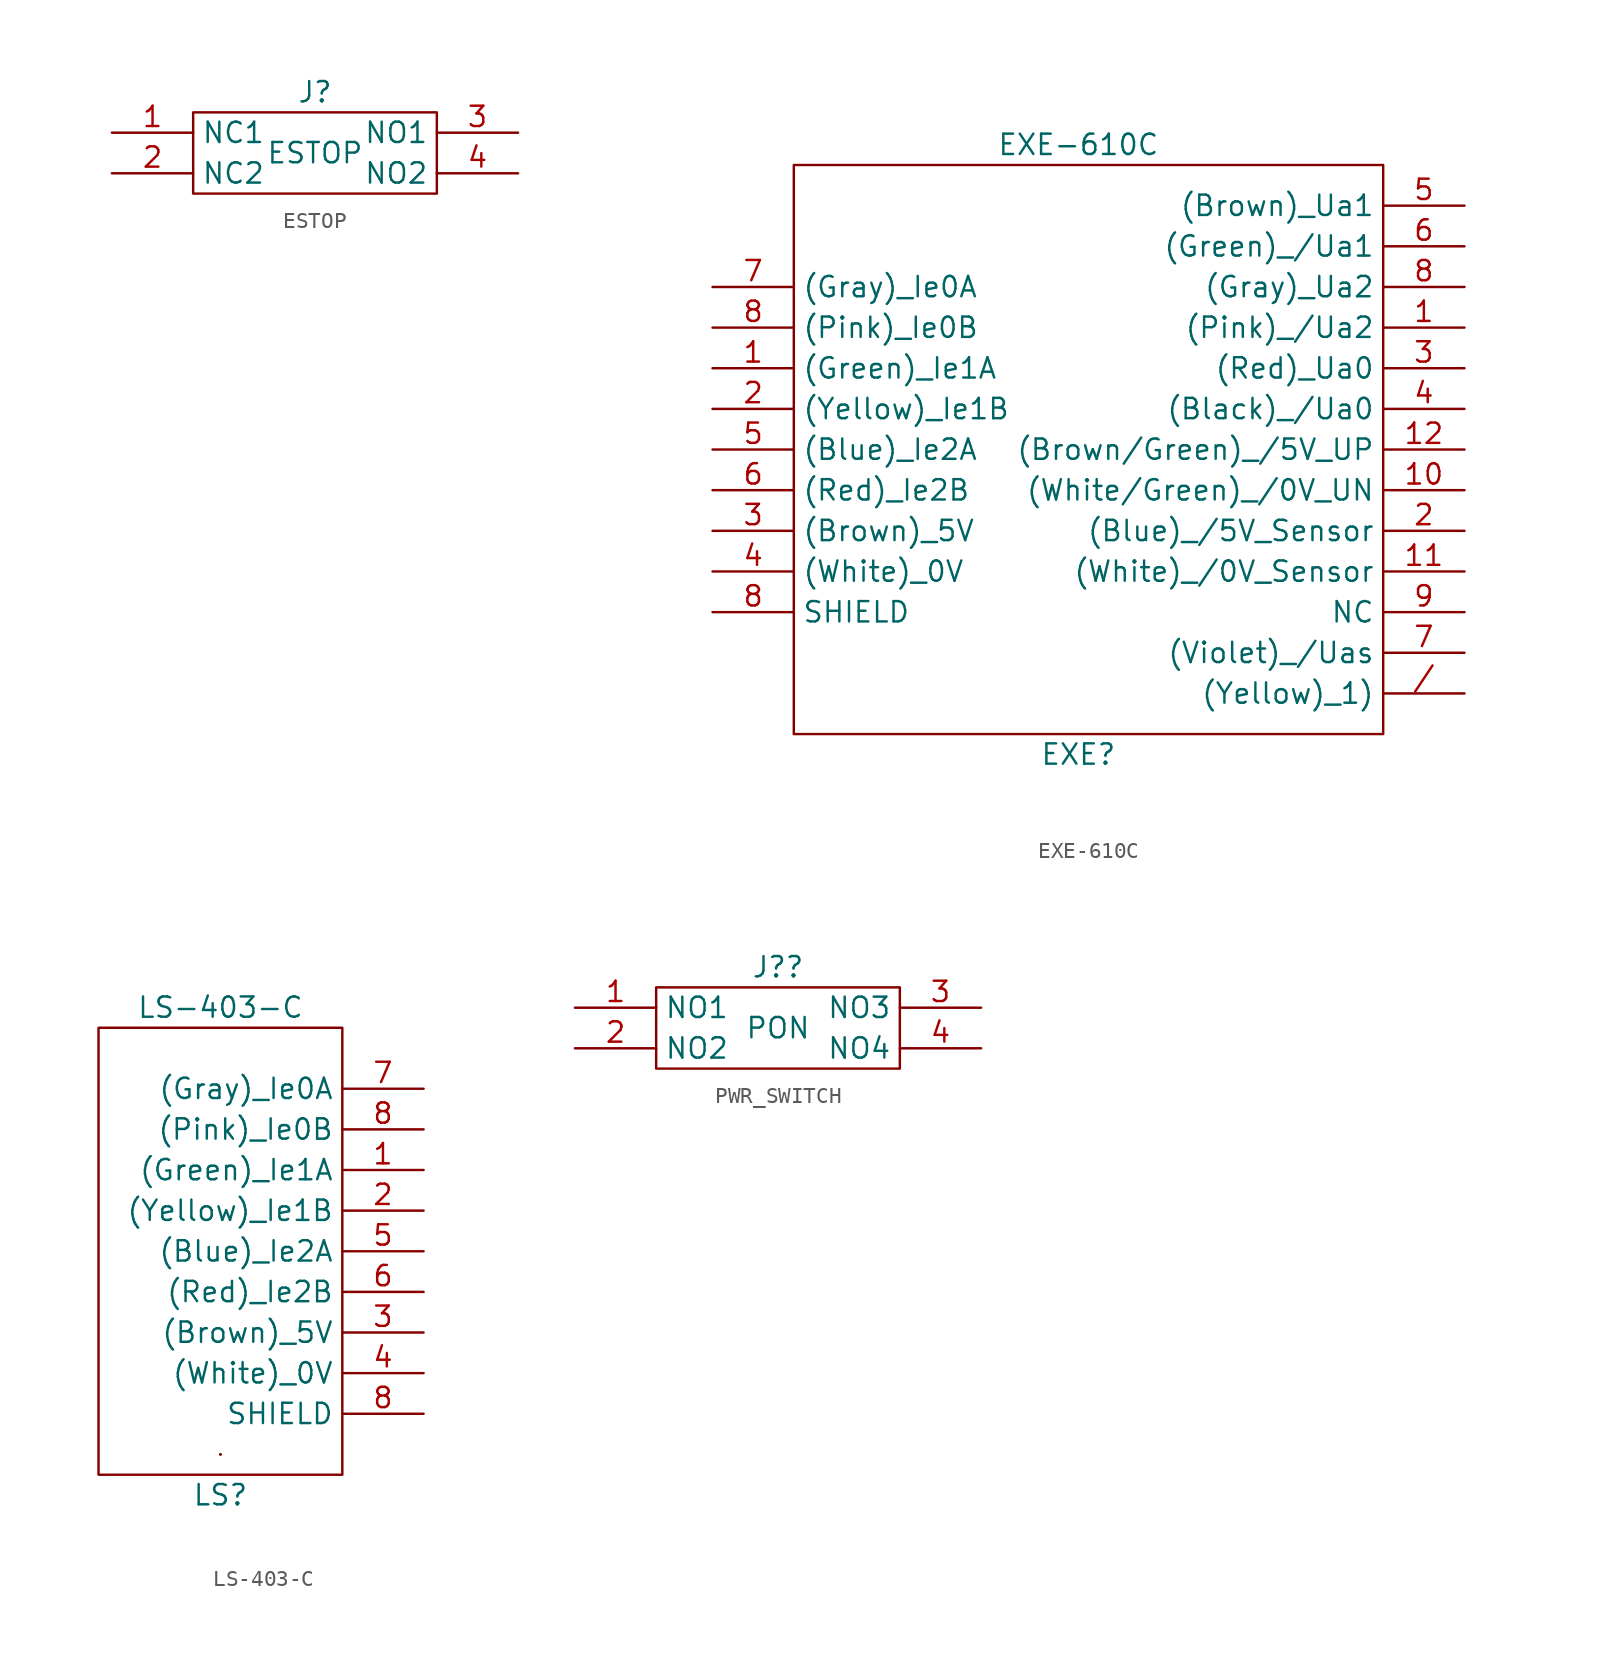
<source format=kicad_sym>
(kicad_symbol_lib
  (version 20241209)
  (generator "kicad_symbol_editor")
  (generator_version "9.0")
  (symbol "ESTOP"
    (property "Reference" "J"
      (at 0 3.81 0)
      (effects (font (size 1.27 1.27))))
    (property "Value" "ESTOP"
      (at 0 0 0)
      (effects (font (size 1.27 1.27))))
    (symbol "ESTOP_0_1"
      (rectangle (start -7.62 2.54) (end 7.62 -2.54) (stroke (width 0) (type default)) (fill (type none))))
    (symbol "ESTOP_1_1"
      (pin passive line (at -12.7 1.27 0) (length 5.08) (name "NC1" (effects (font (size 1.27 1.27)))) (number "1" (effects (font (size 1.27 1.27)))))
      (pin passive line (at -12.7 -1.27 0) (length 5.08) (name "NC2" (effects (font (size 1.27 1.27)))) (number "2" (effects (font (size 1.27 1.27)))))
      (pin passive line (at 12.7 1.27 180) (length 5.08) (name "NO1" (effects (font (size 1.27 1.27)))) (number "3" (effects (font (size 1.27 1.27)))))
      (pin passive line (at 12.7 -1.27 180) (length 5.08) (name "NO2" (effects (font (size 1.27 1.27)))) (number "4" (effects (font (size 1.27 1.27)))))))
  (symbol "EXE-610C"
    (property "Reference" "EXE"
      (at 0 -19.05 0)
      (effects (font (size 1.27 1.27))))
    (property "Value" "EXE-610C"
      (at 0 19.05 0)
      (effects (font (size 1.27 1.27))))
    (symbol "EXE-610C_0_1"
      (rectangle (start -10.16 -2.54) (end -10.16 -2.54) (stroke (width 0.152) (type default)) (fill (type none)))
      (rectangle (start -10.16 -2.54) (end -10.16 -2.54) (stroke (width 0.152) (type default)) (fill (type none)))
      (polyline (pts (xy -10.16 -2.54) (xy -10.16 -2.54)) (stroke (width 0.152) (type default)) (fill (type none)))
      (rectangle (start 19.05 17.78) (end -17.78 -17.78) (stroke (width 0.152) (type default)) (fill (type none))))
    (symbol "EXE-610C_1_1"
      (pin passive line (at -22.86 10.16 0) (length 5.08) (name "(Gray)_Ie0A" (effects (font (size 1.27 1.27)))) (number "7" (effects (font (size 1.27 1.27)))))
      (pin passive line (at -22.86 7.62 0) (length 5.08) (name "(Pink)_Ie0B" (effects (font (size 1.27 1.27)))) (number "8" (effects (font (size 1.27 1.27)))))
      (pin passive line (at -22.86 5.08 0) (length 5.08) (name "(Green)_Ie1A" (effects (font (size 1.27 1.27)))) (number "1" (effects (font (size 1.27 1.27)))))
      (pin passive line (at -22.86 2.54 0) (length 5.08) (name "(Yellow)_Ie1B" (effects (font (size 1.27 1.27)))) (number "2" (effects (font (size 1.27 1.27)))))
      (pin passive line (at -22.86 0 0) (length 5.08) (name "(Blue)_Ie2A" (effects (font (size 1.27 1.27)))) (number "5" (effects (font (size 1.27 1.27)))))
      (pin passive line (at -22.86 -2.54 0) (length 5.08) (name "(Red)_Ie2B" (effects (font (size 1.27 1.27)))) (number "6" (effects (font (size 1.27 1.27)))))
      (pin passive line (at -22.86 -5.08 0) (length 5.08) (name "(Brown)_5V" (effects (font (size 1.27 1.27)))) (number "3" (effects (font (size 1.27 1.27)))))
      (pin passive line (at -22.86 -7.62 0) (length 5.08) (name "(White)_0V" (effects (font (size 1.27 1.27)))) (number "4" (effects (font (size 1.27 1.27)))))
      (pin passive line (at -22.86 -10.16 0) (length 5.08) (name "SHIELD" (effects (font (size 1.27 1.27)))) (number "8" (effects (font (size 1.27 1.27)))))
      (pin passive line (at 24.13 15.24 180) (length 5.08) (name "(Brown)_Ua1" (effects (font (size 1.27 1.27)))) (number "5" (effects (font (size 1.27 1.27)))))
      (pin passive line (at 24.13 12.7 180) (length 5.08) (name "(Green)_/Ua1" (effects (font (size 1.27 1.27)))) (number "6" (effects (font (size 1.27 1.27)))))
      (pin passive line (at 24.13 10.16 180) (length 5.08) (name "(Gray)_Ua2" (effects (font (size 1.27 1.27)))) (number "8" (effects (font (size 1.27 1.27)))))
      (pin passive line (at 24.13 7.62 180) (length 5.08) (name "(Pink)_/Ua2" (effects (font (size 1.27 1.27)))) (number "1" (effects (font (size 1.27 1.27)))))
      (pin passive line (at 24.13 5.08 180) (length 5.08) (name "(Red)_Ua0" (effects (font (size 1.27 1.27)))) (number "3" (effects (font (size 1.27 1.27)))))
      (pin passive line (at 24.13 2.54 180) (length 5.08) (name "(Black)_/Ua0" (effects (font (size 1.27 1.27)))) (number "4" (effects (font (size 1.27 1.27)))))
      (pin passive line (at 24.13 0 180) (length 5.08) (name "(Brown/Green)_/5V_UP" (effects (font (size 1.27 1.27)))) (number "12" (effects (font (size 1.27 1.27)))))
      (pin passive line (at 24.13 -2.54 180) (length 5.08) (name "(White/Green)_/0V_UN" (effects (font (size 1.27 1.27)))) (number "10" (effects (font (size 1.27 1.27)))))
      (pin passive line (at 24.13 -5.08 180) (length 5.08) (name "(Blue)_/5V_Sensor" (effects (font (size 1.27 1.27)))) (number "2" (effects (font (size 1.27 1.27)))))
      (pin passive line (at 24.13 -7.62 180) (length 5.08) (name "(White)_/0V_Sensor" (effects (font (size 1.27 1.27)))) (number "11" (effects (font (size 1.27 1.27)))))
      (pin passive line (at 24.13 -10.16 180) (length 5.08) (name "NC" (effects (font (size 1.27 1.27)))) (number "9" (effects (font (size 1.27 1.27)))))
      (pin passive line (at 24.13 -12.7 180) (length 5.08) (name "(Violet)_/Uas" (effects (font (size 1.27 1.27)))) (number "7" (effects (font (size 1.27 1.27)))))
      (pin passive line (at 24.13 -15.24 180) (length 5.08) (name "(Yellow)_1)" (effects (font (size 1.27 1.27)))) (number "/" (effects (font (size 1.27 1.27)))))))
  (symbol "LS-403-C"
    (property "Reference" "LS"
      (at 0 -15.24 0)
      (effects (font (size 1.27 1.27))))
    (property "Value" "LS-403-C"
      (at 0 15.24 0)
      (effects (font (size 1.27 1.27))))
    (symbol "LS-403-C_0_1"
      (polyline (pts (xy 0 -12.7) (xy 0 -12.7)) (stroke (width 0.152) (type default)) (fill (type none)))
      (rectangle (start 0 -12.7) (end 0 -12.7) (stroke (width 0.152) (type default)) (fill (type none)))
      (rectangle (start 0 -12.7) (end 0 -12.7) (stroke (width 0.152) (type default)) (fill (type none)))
      (rectangle (start 7.62 13.97) (end -7.62 -13.97) (stroke (width 0.152) (type default)) (fill (type none))))
    (symbol "LS-403-C_1_1"
      (pin passive line (at 12.7 10.16 180) (length 5.08) (name "(Gray)_Ie0A" (effects (font (size 1.27 1.27)))) (number "7" (effects (font (size 1.27 1.27)))))
      (pin passive line (at 12.7 7.62 180) (length 5.08) (name "(Pink)_Ie0B" (effects (font (size 1.27 1.27)))) (number "8" (effects (font (size 1.27 1.27)))))
      (pin passive line (at 12.7 5.08 180) (length 5.08) (name "(Green)_Ie1A" (effects (font (size 1.27 1.27)))) (number "1" (effects (font (size 1.27 1.27)))))
      (pin passive line (at 12.7 2.54 180) (length 5.08) (name "(Yellow)_Ie1B" (effects (font (size 1.27 1.27)))) (number "2" (effects (font (size 1.27 1.27)))))
      (pin passive line (at 12.7 0 180) (length 5.08) (name "(Blue)_Ie2A" (effects (font (size 1.27 1.27)))) (number "5" (effects (font (size 1.27 1.27)))))
      (pin passive line (at 12.7 -2.54 180) (length 5.08) (name "(Red)_Ie2B" (effects (font (size 1.27 1.27)))) (number "6" (effects (font (size 1.27 1.27)))))
      (pin passive line (at 12.7 -5.08 180) (length 5.08) (name "(Brown)_5V" (effects (font (size 1.27 1.27)))) (number "3" (effects (font (size 1.27 1.27)))))
      (pin passive line (at 12.7 -7.62 180) (length 5.08) (name "(White)_0V" (effects (font (size 1.27 1.27)))) (number "4" (effects (font (size 1.27 1.27)))))
      (pin passive line (at 12.7 -10.16 180) (length 5.08) (name "SHIELD" (effects (font (size 1.27 1.27)))) (number "8" (effects (font (size 1.27 1.27)))))))
  (symbol "PWR_SWITCH"
    (property "Reference" "J?"
      (at 0 3.81 0)
      (effects (font (size 1.27 1.27))))
    (property "Value" "PON"
      (at 0 0 0)
      (effects (font (size 1.27 1.27))))
    (symbol "PWR_SWITCH_0_1"
      (rectangle (start -7.62 2.54) (end 7.62 -2.54) (stroke (width 0) (type default)) (fill (type none))))
    (symbol "PWR_SWITCH_1_1"
      (pin passive line (at -12.7 1.27 0) (length 5.08) (name "NO1" (effects (font (size 1.27 1.27)))) (number "1" (effects (font (size 1.27 1.27)))))
      (pin passive line (at -12.7 -1.27 0) (length 5.08) (name "NO2" (effects (font (size 1.27 1.27)))) (number "2" (effects (font (size 1.27 1.27)))))
      (pin passive line (at 12.7 1.27 180) (length 5.08) (name "NO3" (effects (font (size 1.27 1.27)))) (number "3" (effects (font (size 1.27 1.27)))))
      (pin passive line (at 12.7 -1.27 180) (length 5.08) (name "NO4" (effects (font (size 1.27 1.27)))) (number "4" (effects (font (size 1.27 1.27))))))))
</source>
